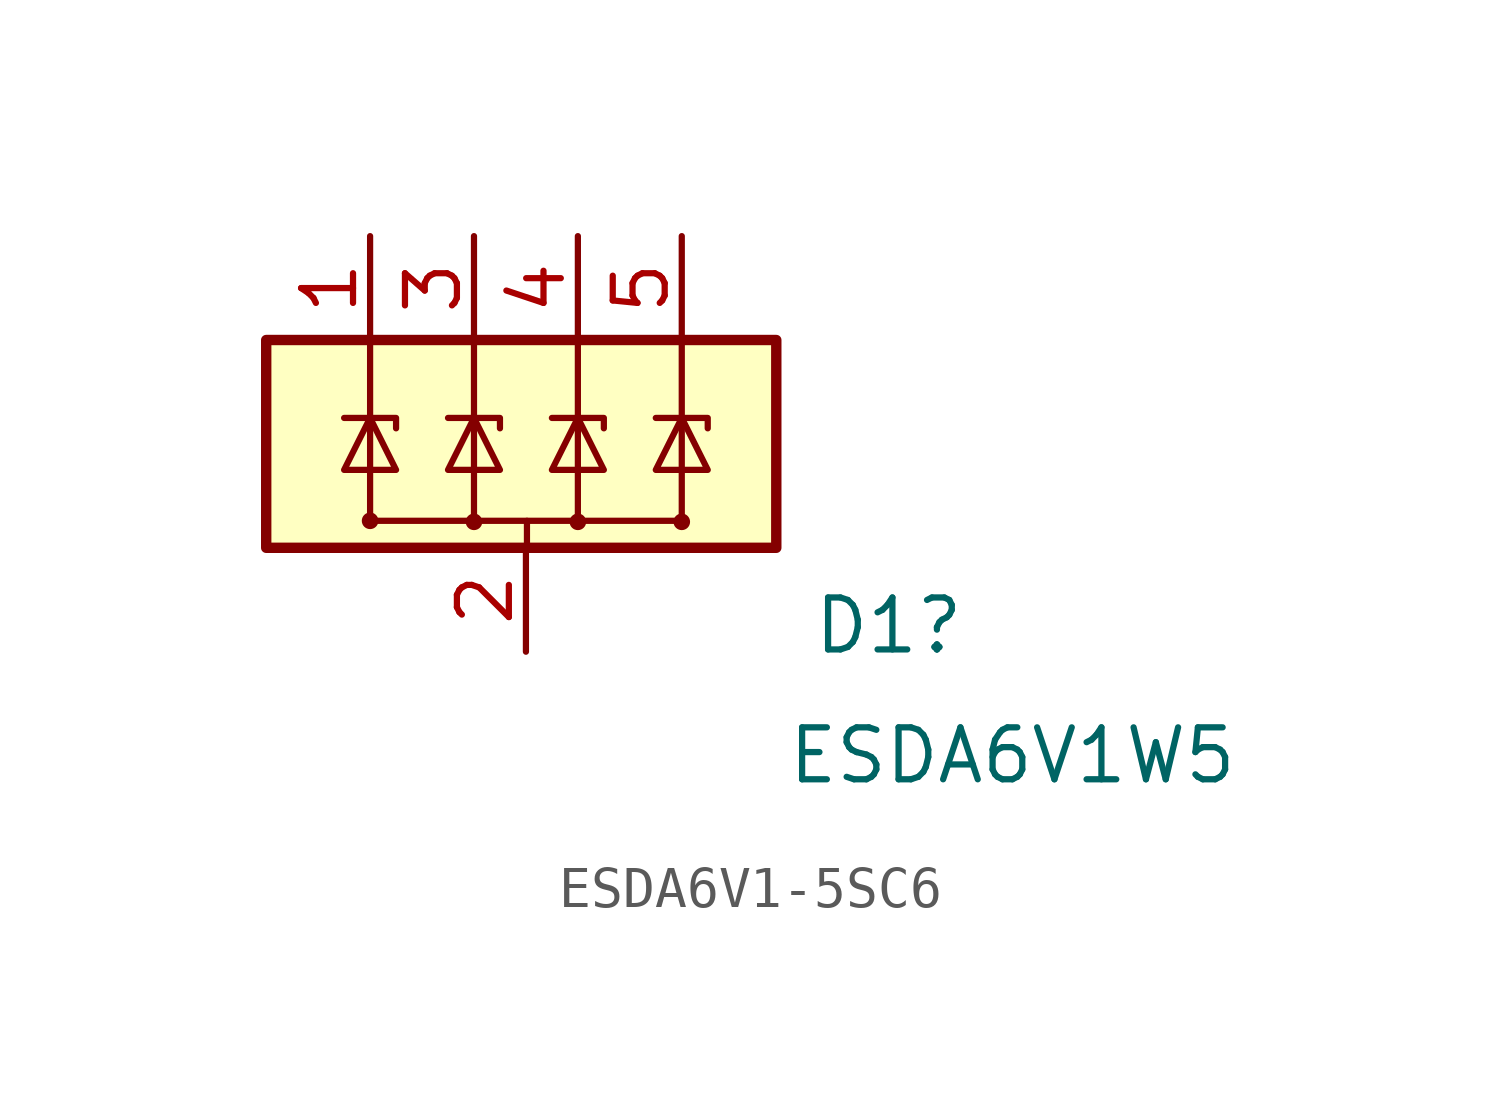
<source format=kicad_sym>
(kicad_symbol_lib
  (version 20220914)
  (generator kicad_symbol_editor)
  (symbol "ESDA6V1-5SC6"
    (pin_names hide)
    (property "Reference" "D1"
      (at 5.715 -4.445 0)
      (effects (font (size 1.27 1.27)) (justify left)))
    (property "Value" "ESDA6V1W5"
      (at 5.08 -7.62 0)
      (effects (font (size 1.27 1.27)) (justify left)))
    (symbol "ESDA6V1-5SC6_0_1"
      (rectangle (start -7.62 2.54) (end 4.851 -2.54) (stroke (width 0.254) (type default)) (fill (type background)))
      (circle (center -5.08 -1.88) (radius 0.127) (stroke (width 0) (type default)) (fill (type none)))
      (circle (center -2.54 -1.905) (radius 0.127) (stroke (width 0) (type default)) (fill (type none)))
      (circle (center 0 -1.905) (radius 0.127) (stroke (width 0) (type default)) (fill (type none)))
      (polyline (pts (xy -5.08 -1.88) (xy -5.08 2.616)) (stroke (width 0) (type default)) (fill (type none)))
      (polyline (pts (xy -2.54 2.54) (xy -2.54 -1.905)) (stroke (width 0) (type default)) (fill (type none)))
      (polyline (pts (xy -1.245 -2.565) (xy -1.245 -1.88)) (stroke (width 0) (type default)) (fill (type none)))
      (polyline (pts (xy 0 2.515) (xy 0 -1.905)) (stroke (width 0) (type default)) (fill (type none)))
      (polyline (pts (xy 2.54 -1.88) (xy -5.105 -1.88)) (stroke (width 0) (type default)) (fill (type none)))
      (polyline (pts (xy 2.54 2.54) (xy 2.54 -1.905)) (stroke (width 0) (type default)) (fill (type none)))
      (polyline (pts (xy -5.715 0.635) (xy -4.445 0.635) (xy -4.445 0.381)) (stroke (width 0) (type default)) (fill (type none)))
      (polyline (pts (xy -3.175 0.635) (xy -1.905 0.635) (xy -1.905 0.381)) (stroke (width 0) (type default)) (fill (type none)))
      (polyline (pts (xy -0.635 0.635) (xy 0.635 0.635) (xy 0.635 0.381)) (stroke (width 0) (type default)) (fill (type none)))
      (polyline (pts (xy 1.905 0.635) (xy 3.175 0.635) (xy 3.175 0.381)) (stroke (width 0) (type default)) (fill (type none)))
      (polyline (pts (xy -5.715 -0.635) (xy -4.445 -0.635) (xy -5.08 0.635) (xy -5.715 -0.635)) (stroke (width 0) (type default)) (fill (type none)))
      (polyline (pts (xy -3.175 -0.635) (xy -1.905 -0.635) (xy -2.54 0.635) (xy -3.175 -0.635)) (stroke (width 0) (type default)) (fill (type none)))
      (polyline (pts (xy -0.635 -0.635) (xy 0.635 -0.635) (xy 0 0.635) (xy -0.635 -0.635)) (stroke (width 0) (type default)) (fill (type none)))
      (polyline (pts (xy 1.905 -0.635) (xy 3.175 -0.635) (xy 2.54 0.635) (xy 1.905 -0.635)) (stroke (width 0) (type default)) (fill (type none)))
      (circle (center 2.54 -1.905) (radius 0.127) (stroke (width 0) (type default)) (fill (type none))))
    (symbol "ESDA6V1-5SC6_1_1"
      (pin passive line (at -5.08 5.08 270) (length 2.54) (name "IO1" (effects (font (size 1.27 1.27)))) (number "1" (effects (font (size 1.27 1.27)))))
      (pin passive line (at -1.27 -5.08 90) (length 2.54) (name "" (effects (font (size 1.27 1.27)))) (number "2" (effects (font (size 1.27 1.27)))))
      (pin passive line (at -2.54 5.08 270) (length 2.54) (name "IO2" (effects (font (size 1.27 1.27)))) (number "3" (effects (font (size 1.27 1.27)))))
      (pin passive line (at 0 5.08 270) (length 2.54) (name "IO3" (effects (font (size 1.27 1.27)))) (number "4" (effects (font (size 1.27 1.27)))))
      (pin passive line (at 2.54 5.08 270) (length 2.54) (name "IO4" (effects (font (size 1.27 1.27)))) (number "5" (effects (font (size 1.27 1.27))))))))
</source>
